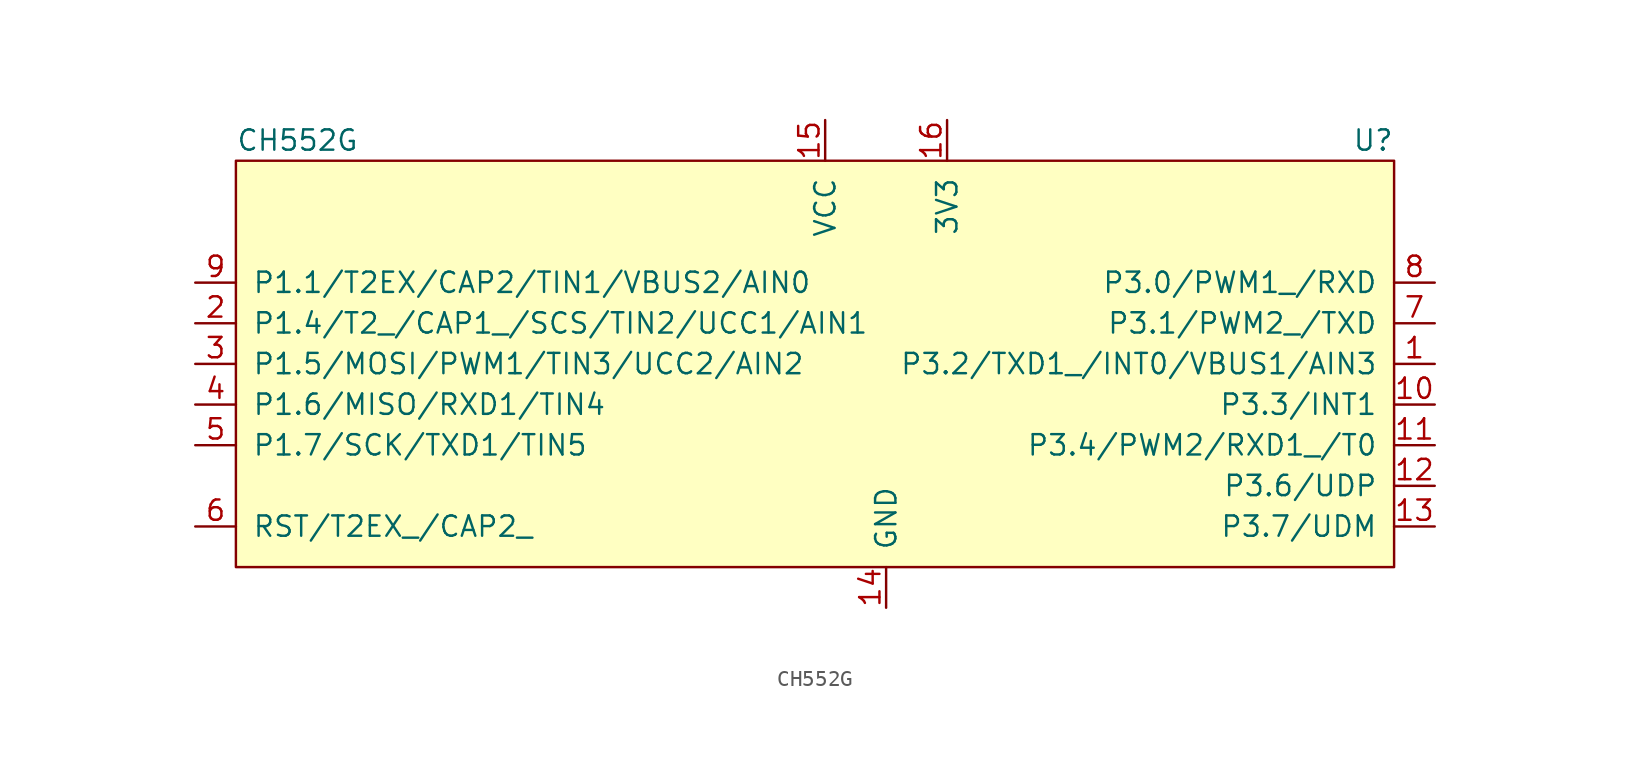
<source format=kicad_sym>
(kicad_symbol_lib
  (version 20211014)
  (generator kicad_symbol_editor)
  (symbol "CH552G"
    (pin_names
      (offset 1.016))
    (property "Reference" "U"
      (at 31.75 16.51 0)
      (effects (font (size 1.27 1.27)) (justify right)))
    (property "Value" "CH552G"
      (at -40.64 16.51 0)
      (effects (font (size 1.27 1.27)) (justify left)))
    (symbol "CH552G_0_1"
      (rectangle (start -40.64 15.24) (end 31.75 -10.16) (stroke (width 0) (type default) (color 0 0 0 0)) (fill (type background))))
    (symbol "CH552G_1_1"
      (pin bidirectional line (at 34.29 2.54 180) (length 2.54) (name "P3.2/TXD1_/INT0/VBUS1/AIN3" (effects (font (size 1.27 1.27)))) (number "1" (effects (font (size 1.27 1.27)))))
      (pin bidirectional line (at 34.29 0 180) (length 2.54) (name "P3.3/INT1" (effects (font (size 1.27 1.27)))) (number "10" (effects (font (size 1.27 1.27)))))
      (pin bidirectional line (at 34.29 -2.54 180) (length 2.54) (name "P3.4/PWM2/RXD1_/T0" (effects (font (size 1.27 1.27)))) (number "11" (effects (font (size 1.27 1.27)))))
      (pin bidirectional line (at 34.29 -5.08 180) (length 2.54) (name "P3.6/UDP" (effects (font (size 1.27 1.27)))) (number "12" (effects (font (size 1.27 1.27)))))
      (pin bidirectional line (at 34.29 -7.62 180) (length 2.54) (name "P3.7/UDM" (effects (font (size 1.27 1.27)))) (number "13" (effects (font (size 1.27 1.27)))))
      (pin power_in line (at 0 -12.7 90) (length 2.54) (name "GND" (effects (font (size 1.27 1.27)))) (number "14" (effects (font (size 1.27 1.27)))))
      (pin power_in line (at -3.81 17.78 270) (length 2.54) (name "VCC" (effects (font (size 1.27 1.27)))) (number "15" (effects (font (size 1.27 1.27)))))
      (pin power_out line (at 3.81 17.78 270) (length 2.54) (name "3V3" (effects (font (size 1.27 1.27)))) (number "16" (effects (font (size 1.27 1.27)))))
      (pin bidirectional line (at -43.18 5.08 0) (length 2.54) (name "P1.4/T2_/CAP1_/SCS/TIN2/UCC1/AIN1" (effects (font (size 1.27 1.27)))) (number "2" (effects (font (size 1.27 1.27)))))
      (pin bidirectional line (at -43.18 2.54 0) (length 2.54) (name "P1.5/MOSI/PWM1/TIN3/UCC2/AIN2" (effects (font (size 1.27 1.27)))) (number "3" (effects (font (size 1.27 1.27)))))
      (pin bidirectional line (at -43.18 0 0) (length 2.54) (name "P1.6/MISO/RXD1/TIN4" (effects (font (size 1.27 1.27)))) (number "4" (effects (font (size 1.27 1.27)))))
      (pin bidirectional line (at -43.18 -2.54 0) (length 2.54) (name "P1.7/SCK/TXD1/TIN5" (effects (font (size 1.27 1.27)))) (number "5" (effects (font (size 1.27 1.27)))))
      (pin bidirectional line (at -43.18 -7.62 0) (length 2.54) (name "RST/T2EX_/CAP2_" (effects (font (size 1.27 1.27)))) (number "6" (effects (font (size 1.27 1.27)))))
      (pin bidirectional line (at 34.29 5.08 180) (length 2.54) (name "P3.1/PWM2_/TXD" (effects (font (size 1.27 1.27)))) (number "7" (effects (font (size 1.27 1.27)))))
      (pin bidirectional line (at 34.29 7.62 180) (length 2.54) (name "P3.0/PWM1_/RXD" (effects (font (size 1.27 1.27)))) (number "8" (effects (font (size 1.27 1.27)))))
      (pin bidirectional line (at -43.18 7.62 0) (length 2.54) (name "P1.1/T2EX/CAP2/TIN1/VBUS2/AIN0" (effects (font (size 1.27 1.27)))) (number "9" (effects (font (size 1.27 1.27))))))))
</source>
